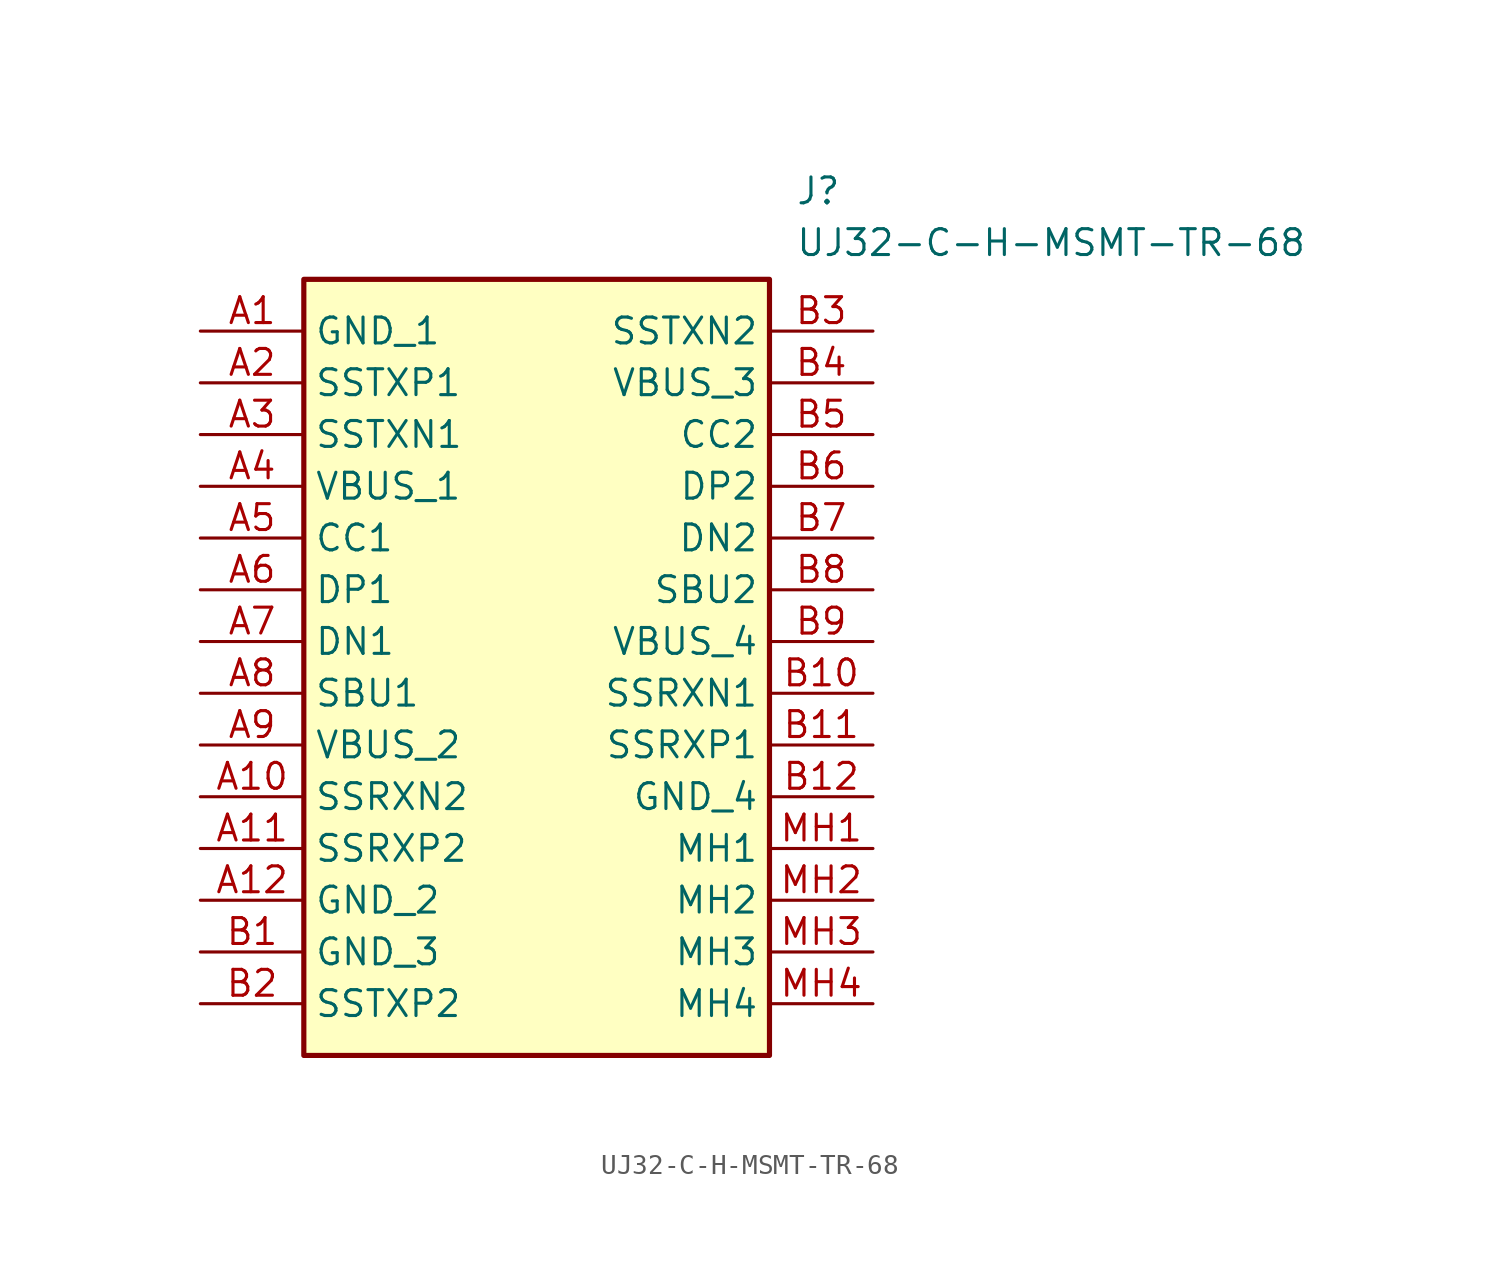
<source format=kicad_sym>
(kicad_symbol_lib
  (version 20241209)
  (generator "kicad_symbol_editor")
  (generator_version "9.0")
  (symbol "UJ32-C-H-MSMT-TR-68"
    (property "Reference" "J"
      (at 29.21 7.62 0)
      (effects (font (size 1.27 1.27)) (justify left top)))
    (property "Value" "UJ32-C-H-MSMT-TR-68"
      (at 29.21 5.08 0)
      (effects (font (size 1.27 1.27)) (justify left top)))
    (symbol "UJ32-C-H-MSMT-TR-68_1_1"
      (rectangle (start 5.08 2.54) (end 27.94 -35.56) (stroke (width 0.254) (type default)) (fill (type background)))
      (pin passive line (at 0 0 0) (length 5.08) (name "GND_1" (effects (font (size 1.27 1.27)))) (number "A1" (effects (font (size 1.27 1.27)))))
      (pin passive line (at 0 -2.54 0) (length 5.08) (name "SSTXP1" (effects (font (size 1.27 1.27)))) (number "A2" (effects (font (size 1.27 1.27)))))
      (pin passive line (at 0 -5.08 0) (length 5.08) (name "SSTXN1" (effects (font (size 1.27 1.27)))) (number "A3" (effects (font (size 1.27 1.27)))))
      (pin passive line (at 0 -7.62 0) (length 5.08) (name "VBUS_1" (effects (font (size 1.27 1.27)))) (number "A4" (effects (font (size 1.27 1.27)))))
      (pin passive line (at 0 -10.16 0) (length 5.08) (name "CC1" (effects (font (size 1.27 1.27)))) (number "A5" (effects (font (size 1.27 1.27)))))
      (pin passive line (at 0 -12.7 0) (length 5.08) (name "DP1" (effects (font (size 1.27 1.27)))) (number "A6" (effects (font (size 1.27 1.27)))))
      (pin passive line (at 0 -15.24 0) (length 5.08) (name "DN1" (effects (font (size 1.27 1.27)))) (number "A7" (effects (font (size 1.27 1.27)))))
      (pin passive line (at 0 -17.78 0) (length 5.08) (name "SBU1" (effects (font (size 1.27 1.27)))) (number "A8" (effects (font (size 1.27 1.27)))))
      (pin passive line (at 0 -20.32 0) (length 5.08) (name "VBUS_2" (effects (font (size 1.27 1.27)))) (number "A9" (effects (font (size 1.27 1.27)))))
      (pin passive line (at 0 -22.86 0) (length 5.08) (name "SSRXN2" (effects (font (size 1.27 1.27)))) (number "A10" (effects (font (size 1.27 1.27)))))
      (pin passive line (at 0 -25.4 0) (length 5.08) (name "SSRXP2" (effects (font (size 1.27 1.27)))) (number "A11" (effects (font (size 1.27 1.27)))))
      (pin passive line (at 0 -27.94 0) (length 5.08) (name "GND_2" (effects (font (size 1.27 1.27)))) (number "A12" (effects (font (size 1.27 1.27)))))
      (pin passive line (at 0 -30.48 0) (length 5.08) (name "GND_3" (effects (font (size 1.27 1.27)))) (number "B1" (effects (font (size 1.27 1.27)))))
      (pin passive line (at 0 -33.02 0) (length 5.08) (name "SSTXP2" (effects (font (size 1.27 1.27)))) (number "B2" (effects (font (size 1.27 1.27)))))
      (pin passive line (at 33.02 0 180) (length 5.08) (name "SSTXN2" (effects (font (size 1.27 1.27)))) (number "B3" (effects (font (size 1.27 1.27)))))
      (pin passive line (at 33.02 -2.54 180) (length 5.08) (name "VBUS_3" (effects (font (size 1.27 1.27)))) (number "B4" (effects (font (size 1.27 1.27)))))
      (pin passive line (at 33.02 -5.08 180) (length 5.08) (name "CC2" (effects (font (size 1.27 1.27)))) (number "B5" (effects (font (size 1.27 1.27)))))
      (pin passive line (at 33.02 -7.62 180) (length 5.08) (name "DP2" (effects (font (size 1.27 1.27)))) (number "B6" (effects (font (size 1.27 1.27)))))
      (pin passive line (at 33.02 -10.16 180) (length 5.08) (name "DN2" (effects (font (size 1.27 1.27)))) (number "B7" (effects (font (size 1.27 1.27)))))
      (pin passive line (at 33.02 -12.7 180) (length 5.08) (name "SBU2" (effects (font (size 1.27 1.27)))) (number "B8" (effects (font (size 1.27 1.27)))))
      (pin passive line (at 33.02 -15.24 180) (length 5.08) (name "VBUS_4" (effects (font (size 1.27 1.27)))) (number "B9" (effects (font (size 1.27 1.27)))))
      (pin passive line (at 33.02 -17.78 180) (length 5.08) (name "SSRXN1" (effects (font (size 1.27 1.27)))) (number "B10" (effects (font (size 1.27 1.27)))))
      (pin passive line (at 33.02 -20.32 180) (length 5.08) (name "SSRXP1" (effects (font (size 1.27 1.27)))) (number "B11" (effects (font (size 1.27 1.27)))))
      (pin passive line (at 33.02 -22.86 180) (length 5.08) (name "GND_4" (effects (font (size 1.27 1.27)))) (number "B12" (effects (font (size 1.27 1.27)))))
      (pin passive line (at 33.02 -25.4 180) (length 5.08) (name "MH1" (effects (font (size 1.27 1.27)))) (number "MH1" (effects (font (size 1.27 1.27)))))
      (pin passive line (at 33.02 -27.94 180) (length 5.08) (name "MH2" (effects (font (size 1.27 1.27)))) (number "MH2" (effects (font (size 1.27 1.27)))))
      (pin passive line (at 33.02 -30.48 180) (length 5.08) (name "MH3" (effects (font (size 1.27 1.27)))) (number "MH3" (effects (font (size 1.27 1.27)))))
      (pin passive line (at 33.02 -33.02 180) (length 5.08) (name "MH4" (effects (font (size 1.27 1.27)))) (number "MH4" (effects (font (size 1.27 1.27))))))))
</source>
